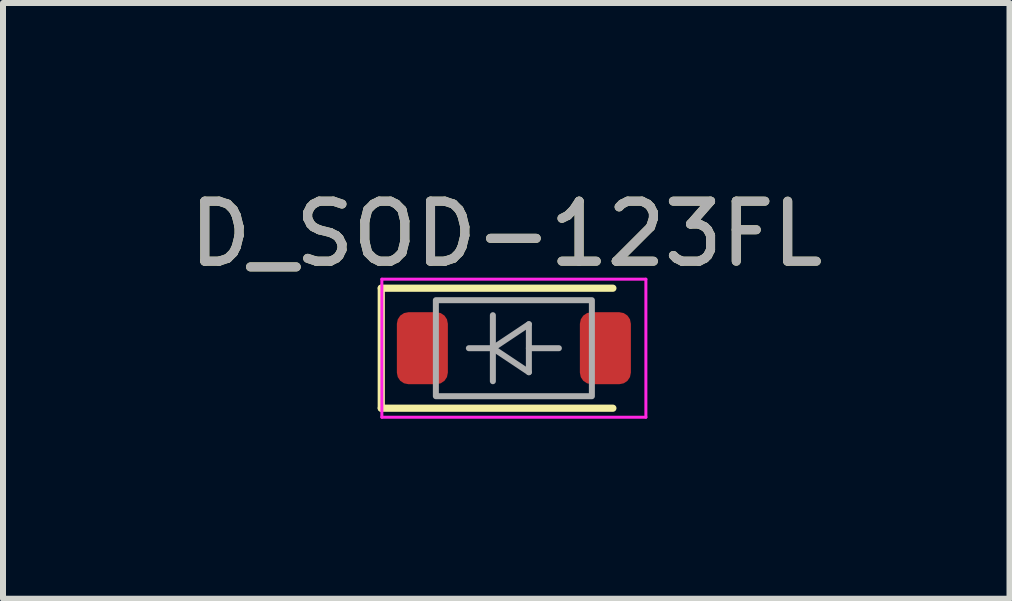
<source format=kicad_pcb>
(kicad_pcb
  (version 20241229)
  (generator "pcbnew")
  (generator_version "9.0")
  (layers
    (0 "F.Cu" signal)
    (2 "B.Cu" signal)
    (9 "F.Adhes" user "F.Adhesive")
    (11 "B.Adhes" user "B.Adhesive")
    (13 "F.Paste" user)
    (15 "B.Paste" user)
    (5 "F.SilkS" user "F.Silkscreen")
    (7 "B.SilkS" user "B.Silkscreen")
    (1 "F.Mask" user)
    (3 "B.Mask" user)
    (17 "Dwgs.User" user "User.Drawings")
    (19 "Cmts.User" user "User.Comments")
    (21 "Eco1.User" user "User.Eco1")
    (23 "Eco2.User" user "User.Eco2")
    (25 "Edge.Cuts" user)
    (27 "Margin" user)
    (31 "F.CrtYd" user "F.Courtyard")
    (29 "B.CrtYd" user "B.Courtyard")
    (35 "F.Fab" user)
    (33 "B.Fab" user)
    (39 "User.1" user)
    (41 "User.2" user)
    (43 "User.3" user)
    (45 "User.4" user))
  (footprint "D_SOD-123FL"
    (layer "F.Cu")
    (at 5.514 2.753)
    (property "Reference" "D_SOD-123FL" (at -0.127 -1.905 0) (layer "F.SilkS") (effects (font (size 1 1) (thickness 0.15))))
    (attr smd)
    (fp_line (start -2.21 -1) (end -2.21 1) (stroke (width 0.12) (type solid)) (layer "F.SilkS"))
    (fp_line (start -2.21 -1) (end 1.65 -1) (stroke (width 0.12) (type solid)) (layer "F.SilkS"))
    (fp_line (start -2.21 1) (end 1.65 1) (stroke (width 0.12) (type solid)) (layer "F.SilkS"))
    (fp_line (start -2.2 -1.15) (end -2.2 1.15) (stroke (width 0.05) (type solid)) (layer "F.CrtYd"))
    (fp_line (start -2.2 -1.15) (end 2.2 -1.15) (stroke (width 0.05) (type solid)) (layer "F.CrtYd"))
    (fp_line (start 2.2 -1.15) (end 2.2 1.15) (stroke (width 0.05) (type solid)) (layer "F.CrtYd"))
    (fp_line (start 2.2 1.15) (end -2.2 1.15) (stroke (width 0.05) (type solid)) (layer "F.CrtYd"))
    (fp_line (start -0.75 0) (end -0.35 0) (stroke (width 0.1) (type solid)) (layer "F.Fab"))
    (fp_line (start -0.35 0) (end -0.35 -0.55) (stroke (width 0.1) (type solid)) (layer "F.Fab"))
    (fp_line (start -0.35 0) (end -0.35 0.55) (stroke (width 0.1) (type solid)) (layer "F.Fab"))
    (fp_line (start -0.35 0) (end 0.25 -0.4) (stroke (width 0.1) (type solid)) (layer "F.Fab"))
    (fp_line (start 0.25 -0.4) (end 0.25 0.4) (stroke (width 0.1) (type solid)) (layer "F.Fab"))
    (fp_line (start 0.25 0) (end 0.75 0) (stroke (width 0.1) (type solid)) (layer "F.Fab"))
    (fp_line (start 0.25 0.4) (end -0.35 0) (stroke (width 0.1) (type solid)) (layer "F.Fab"))
    (fp_rect (start -1.3 -0.8) (end 1.3 0.8) (stroke (width 0.1) (type default)) (fill no) (layer "F.Fab"))
    (fp_text user "${REFERENCE}" (at -0.127 -1.905 0) (layer "F.Fab") (effects (font (size 1 1) (thickness 0.15))))
    (pad "1" smd roundrect (at -1.525 0) (size 0.85 1.2) (layers "F.Cu" "F.Mask" "F.Paste") (roundrect_rratio 0.227))
    (pad "2" smd roundrect (at 1.525 0) (size 0.85 1.2) (layers "F.Cu" "F.Mask" "F.Paste") (roundrect_rratio 0.227)))
  (gr_rect
    (start -3 -3)
    (end 13.774 6.928)
    (stroke (width 0.1) (type default))
    (fill no)
    (layer "Edge.Cuts")))
</source>
